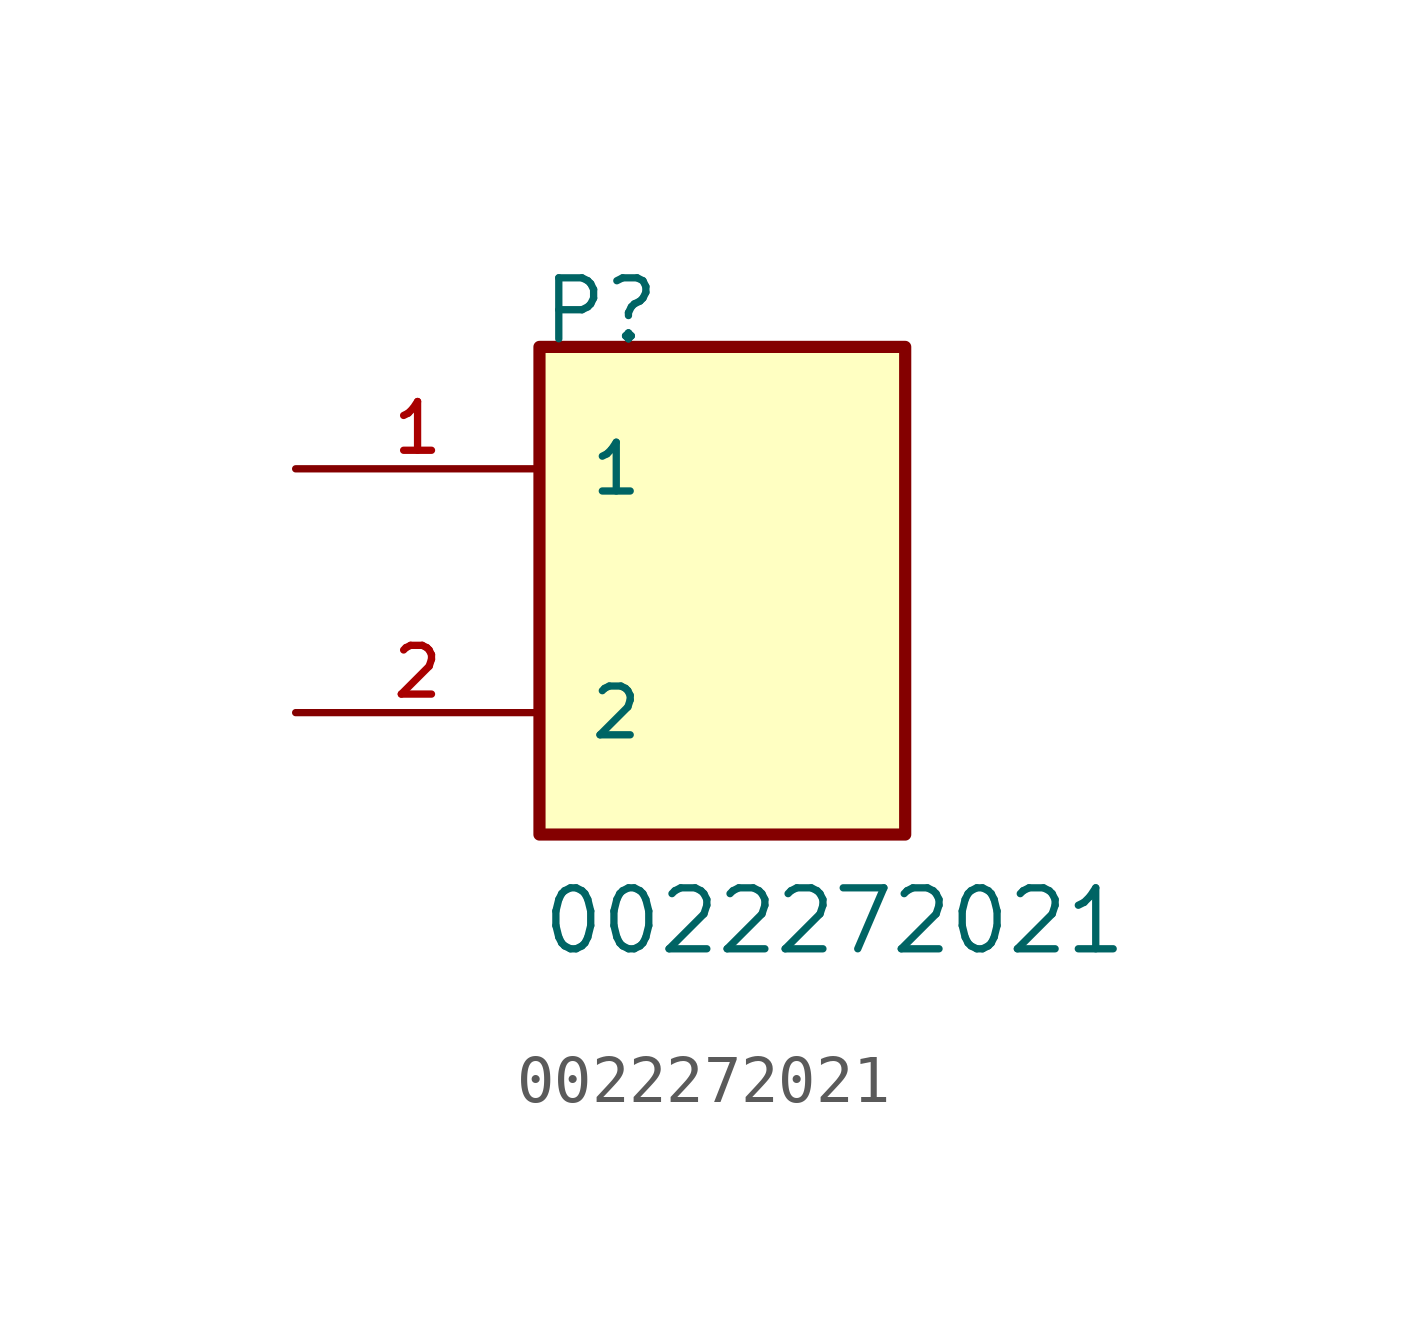
<source format=kicad_sym>
(kicad_symbol_lib
  (version 20211014)
  (generator kicad_symbol_editor)
  (symbol "0022272021"
    (pin_names
      (offset 1.016))
    (property "Reference" "P"
      (at 0.0 5.086 0)
      (effects (font (size 1.27 1.27)) (justify bottom left)))
    (property "Value" "0022272021"
      (at 0.0 -7.624 0)
      (effects (font (size 1.27 1.27)) (justify bottom left)))
    (symbol "0022272021_0_0"
      (rectangle (start -4.4408920985e-16 -5.08) (end 7.62 5.08) (stroke (width 0.254)) (fill (type background)))
      (pin passive line (at -5.08 2.54 0) (length 5.08) (name "1" (effects (font (size 1.016 1.016)))) (number "1" (effects (font (size 1.016 1.016)))))
      (pin passive line (at -5.08 -2.54 0) (length 5.08) (name "2" (effects (font (size 1.016 1.016)))) (number "2" (effects (font (size 1.016 1.016))))))))
</source>
